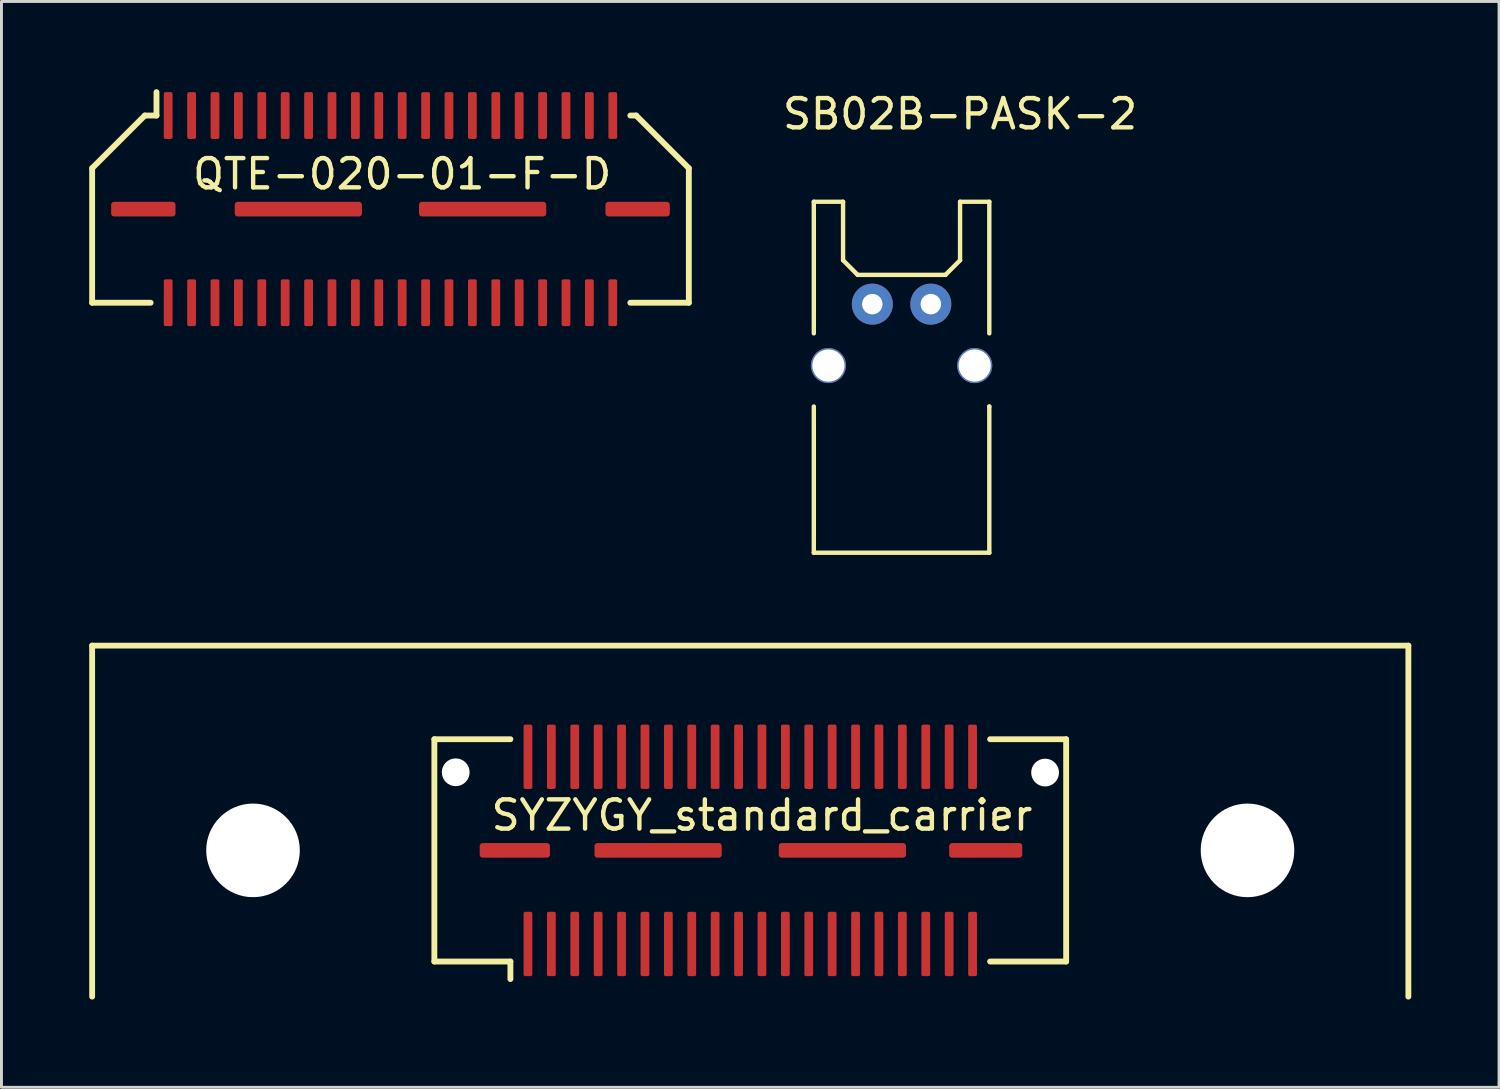
<source format=kicad_pcb>
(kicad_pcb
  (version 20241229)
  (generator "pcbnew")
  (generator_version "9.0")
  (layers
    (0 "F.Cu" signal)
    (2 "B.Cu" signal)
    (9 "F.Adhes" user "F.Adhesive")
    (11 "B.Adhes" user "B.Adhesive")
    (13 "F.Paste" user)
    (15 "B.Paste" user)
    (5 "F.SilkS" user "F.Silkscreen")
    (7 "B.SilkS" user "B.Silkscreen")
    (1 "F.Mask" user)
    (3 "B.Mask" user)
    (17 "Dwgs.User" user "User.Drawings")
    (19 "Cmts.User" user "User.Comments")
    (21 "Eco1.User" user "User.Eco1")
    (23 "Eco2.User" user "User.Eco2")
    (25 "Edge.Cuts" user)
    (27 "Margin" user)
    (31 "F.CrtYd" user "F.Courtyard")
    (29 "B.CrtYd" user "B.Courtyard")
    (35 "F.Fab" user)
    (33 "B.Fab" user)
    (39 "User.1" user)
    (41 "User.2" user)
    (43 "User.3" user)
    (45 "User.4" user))
  (footprint "SB02B-PASK-2"
    (layer "F.Cu")
    (at 27.773 7.348)
    (property "Reference" "SB02B-PASK-2" (at 2 -6.5 0) (layer "F.SilkS") (effects (font (size 1 1) (thickness 0.15))))
    (attr through_hole)
    (fp_line (start -3 -3.5) (end -2 -3.5) (stroke (width 0.15) (type solid)) (layer "F.SilkS"))
    (fp_line (start -3 1) (end -3 -3.5) (stroke (width 0.15) (type solid)) (layer "F.SilkS"))
    (fp_line (start -3 3.5) (end -3 8.5) (stroke (width 0.15) (type solid)) (layer "F.SilkS"))
    (fp_line (start -3 8.5) (end 3 8.5) (stroke (width 0.15) (type solid)) (layer "F.SilkS"))
    (fp_line (start -2 -3.5) (end -2 -1.5) (stroke (width 0.15) (type solid)) (layer "F.SilkS"))
    (fp_line (start -2 -1.5) (end -1.5 -1) (stroke (width 0.15) (type solid)) (layer "F.SilkS"))
    (fp_line (start -1.5 -1) (end 1.5 -1) (stroke (width 0.15) (type solid)) (layer "F.SilkS"))
    (fp_line (start 1.5 -1) (end 2 -1.5) (stroke (width 0.15) (type solid)) (layer "F.SilkS"))
    (fp_line (start 2 -3.5) (end 3 -3.5) (stroke (width 0.15) (type solid)) (layer "F.SilkS"))
    (fp_line (start 2 -1.5) (end 2 -3.5) (stroke (width 0.15) (type solid)) (layer "F.SilkS"))
    (fp_line (start 3 -3.5) (end 3 1) (stroke (width 0.15) (type solid)) (layer "F.SilkS"))
    (fp_line (start 3 3.5) (end 3 3.5) (stroke (width 0.15) (type solid)) (layer "F.SilkS"))
    (fp_line (start 3 8.5) (end 3 3.5) (stroke (width 0.15) (type solid)) (layer "F.SilkS"))
    (pad "" np_thru_hole circle (at -2.5 2.1) (size 1.2 1.2) (drill 1.1) (layers "*.Cu" "*.Mask"))
    (pad "" np_thru_hole circle (at 2.5 2.1) (size 1.2 1.2) (drill 1.1) (layers "*.Cu" "*.Mask"))
    (pad "1" thru_hole circle (at -1 0) (size 1.4 1.4) (drill 0.7) (layers "*.Cu" "*.Mask"))
    (pad "2" thru_hole circle (at 1 0) (size 1.4 1.4) (drill 0.7) (layers "*.Cu" "*.Mask")))
  (footprint "QTE-020-01-F-D"
    (layer "F.Cu")
    (at 10.3 4.1)
    (property "Reference" "QTE-020-01-F-D" (at 0.4 -1.2 0) (layer "F.SilkS") (effects (font (size 1 1) (thickness 0.15))))
    (attr through_hole)
    (fp_line (start -10.2 -1.4) (end -10.2 3.2) (stroke (width 0.2) (type solid)) (layer "F.SilkS"))
    (fp_line (start -10.2 3.2) (end -8.2 3.2) (stroke (width 0.2) (type solid)) (layer "F.SilkS"))
    (fp_line (start -8.4 -3.2) (end -10.2 -1.4) (stroke (width 0.2) (type solid)) (layer "F.SilkS"))
    (fp_line (start -8 -3.2) (end -8.4 -3.2) (stroke (width 0.2) (type solid)) (layer "F.SilkS"))
    (fp_line (start -8 -3.2) (end -8 -4) (stroke (width 0.2) (type solid)) (layer "F.SilkS"))
    (fp_line (start 8.2 3.2) (end 10.2 3.2) (stroke (width 0.2) (type solid)) (layer "F.SilkS"))
    (fp_line (start 8.4 -3.2) (end 8.2 -3.2) (stroke (width 0.2) (type solid)) (layer "F.SilkS"))
    (fp_line (start 10.2 -1.4) (end 8.4 -3.2) (stroke (width 0.2) (type solid)) (layer "F.SilkS"))
    (fp_line (start 10.2 3.2) (end 10.2 -1.4) (stroke (width 0.2) (type solid)) (layer "F.SilkS"))
    (pad "1" smd roundrect (at -8.45 0 270) (size 0.5 2.2) (layers "F.Cu" "F.Mask" "F.Paste") (roundrect_rratio 0.2))
    (pad "1" smd roundrect (at -7.6 -3.2) (size 0.3 1.6) (layers "F.Cu" "F.Mask" "F.Paste") (roundrect_rratio 0.2))
    (pad "1" smd roundrect (at -3.15 0 270) (size 0.5 4.35) (layers "F.Cu" "F.Mask" "F.Paste") (roundrect_rratio 0.2))
    (pad "1" smd roundrect (at 3.15 0 270) (size 0.5 4.35) (layers "F.Cu" "F.Mask" "F.Paste") (roundrect_rratio 0.2))
    (pad "1" smd roundrect (at 8.45 0 270) (size 0.5 2.2) (layers "F.Cu" "F.Mask" "F.Paste") (roundrect_rratio 0.2))
    (pad "2" smd roundrect (at -7.6 3.2) (size 0.3 1.6) (layers "F.Cu" "F.Mask" "F.Paste") (roundrect_rratio 0.2))
    (pad "3" smd roundrect (at -6.8 -3.2) (size 0.3 1.6) (layers "F.Cu" "F.Mask" "F.Paste") (roundrect_rratio 0.2))
    (pad "4" smd roundrect (at -6.8 3.2) (size 0.3 1.6) (layers "F.Cu" "F.Mask" "F.Paste") (roundrect_rratio 0.2))
    (pad "5" smd roundrect (at -6 -3.2) (size 0.3 1.6) (layers "F.Cu" "F.Mask" "F.Paste") (roundrect_rratio 0.2))
    (pad "6" smd roundrect (at -6 3.2) (size 0.3 1.6) (layers "F.Cu" "F.Mask" "F.Paste") (roundrect_rratio 0.2))
    (pad "7" smd roundrect (at -5.2 -3.2) (size 0.3 1.6) (layers "F.Cu" "F.Mask" "F.Paste") (roundrect_rratio 0.2))
    (pad "8" smd roundrect (at -5.2 3.2) (size 0.3 1.6) (layers "F.Cu" "F.Mask" "F.Paste") (roundrect_rratio 0.2))
    (pad "9" smd roundrect (at -4.4 -3.2) (size 0.3 1.6) (layers "F.Cu" "F.Mask" "F.Paste") (roundrect_rratio 0.2))
    (pad "10" smd roundrect (at -4.4 3.2) (size 0.3 1.6) (layers "F.Cu" "F.Mask" "F.Paste") (roundrect_rratio 0.2))
    (pad "11" smd roundrect (at -3.6 -3.2) (size 0.3 1.6) (layers "F.Cu" "F.Mask" "F.Paste") (roundrect_rratio 0.2))
    (pad "12" smd roundrect (at -3.6 3.2) (size 0.3 1.6) (layers "F.Cu" "F.Mask" "F.Paste") (roundrect_rratio 0.2))
    (pad "13" smd roundrect (at -2.8 -3.2) (size 0.3 1.6) (layers "F.Cu" "F.Mask" "F.Paste") (roundrect_rratio 0.2))
    (pad "14" smd roundrect (at -2.8 3.2) (size 0.3 1.6) (layers "F.Cu" "F.Mask" "F.Paste") (roundrect_rratio 0.2))
    (pad "15" smd roundrect (at -2 -3.2) (size 0.3 1.6) (layers "F.Cu" "F.Mask" "F.Paste") (roundrect_rratio 0.2))
    (pad "16" smd roundrect (at -2 3.2) (size 0.3 1.6) (layers "F.Cu" "F.Mask" "F.Paste") (roundrect_rratio 0.2))
    (pad "17" smd roundrect (at -1.2 -3.2) (size 0.3 1.6) (layers "F.Cu" "F.Mask" "F.Paste") (roundrect_rratio 0.2))
    (pad "18" smd roundrect (at -1.2 3.2) (size 0.3 1.6) (layers "F.Cu" "F.Mask" "F.Paste") (roundrect_rratio 0.2))
    (pad "19" smd roundrect (at -0.4 -3.2) (size 0.3 1.6) (layers "F.Cu" "F.Mask" "F.Paste") (roundrect_rratio 0.2))
    (pad "20" smd roundrect (at -0.4 3.2) (size 0.3 1.6) (layers "F.Cu" "F.Mask" "F.Paste") (roundrect_rratio 0.2))
    (pad "21" smd roundrect (at 0.4 -3.2) (size 0.3 1.6) (layers "F.Cu" "F.Mask" "F.Paste") (roundrect_rratio 0.2))
    (pad "22" smd roundrect (at 0.4 3.2) (size 0.3 1.6) (layers "F.Cu" "F.Mask" "F.Paste") (roundrect_rratio 0.2))
    (pad "23" smd roundrect (at 1.2 -3.2) (size 0.3 1.6) (layers "F.Cu" "F.Mask" "F.Paste") (roundrect_rratio 0.2))
    (pad "24" smd roundrect (at 1.2 3.2) (size 0.3 1.6) (layers "F.Cu" "F.Mask" "F.Paste") (roundrect_rratio 0.2))
    (pad "25" smd roundrect (at 2 -3.2) (size 0.3 1.6) (layers "F.Cu" "F.Mask" "F.Paste") (roundrect_rratio 0.2))
    (pad "26" smd roundrect (at 2 3.2) (size 0.3 1.6) (layers "F.Cu" "F.Mask" "F.Paste") (roundrect_rratio 0.2))
    (pad "27" smd roundrect (at 2.8 -3.2) (size 0.3 1.6) (layers "F.Cu" "F.Mask" "F.Paste") (roundrect_rratio 0.2))
    (pad "28" smd roundrect (at 2.8 3.2) (size 0.3 1.6) (layers "F.Cu" "F.Mask" "F.Paste") (roundrect_rratio 0.2))
    (pad "29" smd roundrect (at 3.6 -3.2) (size 0.3 1.6) (layers "F.Cu" "F.Mask" "F.Paste") (roundrect_rratio 0.2))
    (pad "30" smd roundrect (at 3.6 3.2) (size 0.3 1.6) (layers "F.Cu" "F.Mask" "F.Paste") (roundrect_rratio 0.2))
    (pad "31" smd roundrect (at 4.4 -3.2) (size 0.3 1.6) (layers "F.Cu" "F.Mask" "F.Paste") (roundrect_rratio 0.2))
    (pad "32" smd roundrect (at 4.4 3.2) (size 0.3 1.6) (layers "F.Cu" "F.Mask" "F.Paste") (roundrect_rratio 0.2))
    (pad "33" smd roundrect (at 5.2 -3.2) (size 0.3 1.6) (layers "F.Cu" "F.Mask" "F.Paste") (roundrect_rratio 0.2))
    (pad "34" smd roundrect (at 5.2 3.2) (size 0.3 1.6) (layers "F.Cu" "F.Mask" "F.Paste") (roundrect_rratio 0.2))
    (pad "35" smd roundrect (at 6 -3.2) (size 0.3 1.6) (layers "F.Cu" "F.Mask" "F.Paste") (roundrect_rratio 0.2))
    (pad "36" smd roundrect (at 6 3.2) (size 0.3 1.6) (layers "F.Cu" "F.Mask" "F.Paste") (roundrect_rratio 0.2))
    (pad "37" smd roundrect (at 6.8 -3.2) (size 0.3 1.6) (layers "F.Cu" "F.Mask" "F.Paste") (roundrect_rratio 0.2))
    (pad "38" smd roundrect (at 6.8 3.2) (size 0.3 1.6) (layers "F.Cu" "F.Mask" "F.Paste") (roundrect_rratio 0.2))
    (pad "39" smd roundrect (at 7.6 -3.2) (size 0.3 1.6) (layers "F.Cu" "F.Mask" "F.Paste") (roundrect_rratio 0.2))
    (pad "40" smd roundrect (at 7.6 3.2) (size 0.3 1.6) (layers "F.Cu" "F.Mask" "F.Paste") (roundrect_rratio 0.2)))
  (footprint "SYZYGY_standard_carrier"
    (layer "F.Cu")
    (at 22.6 26.023)
    (property "Reference" "SYZYGY_standard_carrier" (at 0.4 -1.2 0) (layer "F.SilkS") (effects (font (size 1 1) (thickness 0.15))))
    (attr through_hole)
    (fp_line (start -22.5 -7) (end 22.5 -7) (stroke (width 0.2) (type solid)) (layer "F.SilkS"))
    (fp_line (start -22.5 5) (end -22.5 -7) (stroke (width 0.2) (type solid)) (layer "F.SilkS"))
    (fp_line (start -10.8 -3.8) (end -10.8 3.8) (stroke (width 0.2) (type solid)) (layer "F.SilkS"))
    (fp_line (start -10.8 3.8) (end -8.2 3.8) (stroke (width 0.2) (type solid)) (layer "F.SilkS"))
    (fp_line (start -8.2 -3.8) (end -10.8 -3.8) (stroke (width 0.2) (type solid)) (layer "F.SilkS"))
    (fp_line (start -8.2 4.4) (end -8.2 3.8) (stroke (width 0.2) (type solid)) (layer "F.SilkS"))
    (fp_line (start 8.2 3.8) (end 10.8 3.8) (stroke (width 0.2) (type solid)) (layer "F.SilkS"))
    (fp_line (start 10.8 -3.8) (end 8.2 -3.8) (stroke (width 0.2) (type solid)) (layer "F.SilkS"))
    (fp_line (start 10.8 3.8) (end 10.8 -3.8) (stroke (width 0.2) (type solid)) (layer "F.SilkS"))
    (fp_line (start 22.5 -7) (end 22.5 5) (stroke (width 0.2) (type solid)) (layer "F.SilkS"))
    (pad "" np_thru_hole circle (at -17 0) (size 3.2 3.2) (drill 3.2) (layers "*.Cu" "*.Mask"))
    (pad "" np_thru_hole circle (at -10.07 -2.67) (size 0.95 0.95) (drill 0.95) (layers "*.Cu" "*.Mask"))
    (pad "" np_thru_hole circle (at 10.08 -2.66) (size 0.95 0.95) (drill 0.95) (layers "*.Cu" "*.Mask"))
    (pad "" np_thru_hole circle (at 17 0) (size 3.2 3.2) (drill 3.2) (layers "*.Cu" "*.Mask"))
    (pad "1" smd roundrect (at -8.05 0 270) (size 0.5 2.4) (layers "F.Cu" "F.Mask" "F.Paste") (roundrect_rratio 0.2))
    (pad "1" smd roundrect (at -7.6 3.2) (size 0.3 2.2) (layers "F.Cu" "F.Mask" "F.Paste") (roundrect_rratio 0.2))
    (pad "1" smd roundrect (at -3.15 0 270) (size 0.5 4.35) (layers "F.Cu" "F.Mask" "F.Paste") (roundrect_rratio 0.2))
    (pad "1" smd roundrect (at 3.15 0 270) (size 0.5 4.35) (layers "F.Cu" "F.Mask" "F.Paste") (roundrect_rratio 0.2))
    (pad "1" smd roundrect (at 8.05 0 270) (size 0.5 2.5) (layers "F.Cu" "F.Mask" "F.Paste") (roundrect_rratio 0.2))
    (pad "2" smd roundrect (at -7.6 -3.2) (size 0.3 2.2) (layers "F.Cu" "F.Mask" "F.Paste") (roundrect_rratio 0.2))
    (pad "3" smd roundrect (at -6.8 3.2) (size 0.3 2.2) (layers "F.Cu" "F.Mask" "F.Paste") (roundrect_rratio 0.2))
    (pad "4" smd roundrect (at -6.8 -3.2) (size 0.3 2.2) (layers "F.Cu" "F.Mask" "F.Paste") (roundrect_rratio 0.2))
    (pad "5" smd roundrect (at -6 3.2) (size 0.3 2.2) (layers "F.Cu" "F.Mask" "F.Paste") (roundrect_rratio 0.2))
    (pad "6" smd roundrect (at -6 -3.2) (size 0.3 2.2) (layers "F.Cu" "F.Mask" "F.Paste") (roundrect_rratio 0.2))
    (pad "7" smd roundrect (at -5.2 3.2) (size 0.3 2.2) (layers "F.Cu" "F.Mask" "F.Paste") (roundrect_rratio 0.2))
    (pad "8" smd roundrect (at -5.2 -3.2) (size 0.3 2.2) (layers "F.Cu" "F.Mask" "F.Paste") (roundrect_rratio 0.2))
    (pad "9" smd roundrect (at -4.4 3.2) (size 0.3 2.2) (layers "F.Cu" "F.Mask" "F.Paste") (roundrect_rratio 0.2))
    (pad "10" smd roundrect (at -4.4 -3.2) (size 0.3 2.2) (layers "F.Cu" "F.Mask" "F.Paste") (roundrect_rratio 0.2))
    (pad "11" smd roundrect (at -3.6 3.2) (size 0.3 2.2) (layers "F.Cu" "F.Mask" "F.Paste") (roundrect_rratio 0.2))
    (pad "12" smd roundrect (at -3.6 -3.2) (size 0.3 2.2) (layers "F.Cu" "F.Mask" "F.Paste") (roundrect_rratio 0.2))
    (pad "13" smd roundrect (at -2.8 3.2) (size 0.3 2.2) (layers "F.Cu" "F.Mask" "F.Paste") (roundrect_rratio 0.2))
    (pad "14" smd roundrect (at -2.8 -3.2) (size 0.3 2.2) (layers "F.Cu" "F.Mask" "F.Paste") (roundrect_rratio 0.2))
    (pad "15" smd roundrect (at -2 3.2) (size 0.3 2.2) (layers "F.Cu" "F.Mask" "F.Paste") (roundrect_rratio 0.2))
    (pad "16" smd roundrect (at -2 -3.2) (size 0.3 2.2) (layers "F.Cu" "F.Mask" "F.Paste") (roundrect_rratio 0.2))
    (pad "17" smd roundrect (at -1.2 3.2) (size 0.3 2.2) (layers "F.Cu" "F.Mask" "F.Paste") (roundrect_rratio 0.2))
    (pad "18" smd roundrect (at -1.2 -3.2) (size 0.3 2.2) (layers "F.Cu" "F.Mask" "F.Paste") (roundrect_rratio 0.2))
    (pad "19" smd roundrect (at -0.4 3.2) (size 0.3 2.2) (layers "F.Cu" "F.Mask" "F.Paste") (roundrect_rratio 0.2))
    (pad "20" smd roundrect (at -0.4 -3.2) (size 0.3 2.2) (layers "F.Cu" "F.Mask" "F.Paste") (roundrect_rratio 0.2))
    (pad "21" smd roundrect (at 0.4 3.2) (size 0.3 2.2) (layers "F.Cu" "F.Mask" "F.Paste") (roundrect_rratio 0.2))
    (pad "22" smd roundrect (at 0.4 -3.2) (size 0.3 2.2) (layers "F.Cu" "F.Mask" "F.Paste") (roundrect_rratio 0.2))
    (pad "23" smd roundrect (at 1.2 3.2) (size 0.3 2.2) (layers "F.Cu" "F.Mask" "F.Paste") (roundrect_rratio 0.2))
    (pad "24" smd roundrect (at 1.2 -3.2) (size 0.3 2.2) (layers "F.Cu" "F.Mask" "F.Paste") (roundrect_rratio 0.2))
    (pad "25" smd roundrect (at 2 3.2) (size 0.3 2.2) (layers "F.Cu" "F.Mask" "F.Paste") (roundrect_rratio 0.2))
    (pad "26" smd roundrect (at 2 -3.2) (size 0.3 2.2) (layers "F.Cu" "F.Mask" "F.Paste") (roundrect_rratio 0.2))
    (pad "27" smd roundrect (at 2.8 3.2) (size 0.3 2.2) (layers "F.Cu" "F.Mask" "F.Paste") (roundrect_rratio 0.2))
    (pad "28" smd roundrect (at 2.8 -3.2) (size 0.3 2.2) (layers "F.Cu" "F.Mask" "F.Paste") (roundrect_rratio 0.2))
    (pad "29" smd roundrect (at 3.6 3.2) (size 0.3 2.2) (layers "F.Cu" "F.Mask" "F.Paste") (roundrect_rratio 0.2))
    (pad "30" smd roundrect (at 3.6 -3.2) (size 0.3 2.2) (layers "F.Cu" "F.Mask" "F.Paste") (roundrect_rratio 0.2))
    (pad "31" smd roundrect (at 4.4 3.2) (size 0.3 2.2) (layers "F.Cu" "F.Mask" "F.Paste") (roundrect_rratio 0.2))
    (pad "32" smd roundrect (at 4.4 -3.2) (size 0.3 2.2) (layers "F.Cu" "F.Mask" "F.Paste") (roundrect_rratio 0.2))
    (pad "33" smd roundrect (at 5.2 3.2) (size 0.3 2.2) (layers "F.Cu" "F.Mask" "F.Paste") (roundrect_rratio 0.2))
    (pad "34" smd roundrect (at 5.2 -3.2) (size 0.3 2.2) (layers "F.Cu" "F.Mask" "F.Paste") (roundrect_rratio 0.2))
    (pad "35" smd roundrect (at 6 3.2) (size 0.3 2.2) (layers "F.Cu" "F.Mask" "F.Paste") (roundrect_rratio 0.2))
    (pad "36" smd roundrect (at 6 -3.2) (size 0.3 2.2) (layers "F.Cu" "F.Mask" "F.Paste") (roundrect_rratio 0.2))
    (pad "37" smd roundrect (at 6.8 3.2) (size 0.3 2.2) (layers "F.Cu" "F.Mask" "F.Paste") (roundrect_rratio 0.2))
    (pad "38" smd roundrect (at 6.8 -3.2) (size 0.3 2.2) (layers "F.Cu" "F.Mask" "F.Paste") (roundrect_rratio 0.2))
    (pad "39" smd roundrect (at 7.6 3.2) (size 0.3 2.2) (layers "F.Cu" "F.Mask" "F.Paste") (roundrect_rratio 0.2))
    (pad "40" smd roundrect (at 7.6 -3.2) (size 0.3 2.2) (layers "F.Cu" "F.Mask" "F.Paste") (roundrect_rratio 0.2)))
  (gr_rect
    (start -3 -3)
    (end 48.2 34.123)
    (stroke (width 0.1) (type default))
    (fill no)
    (layer "Edge.Cuts")))
</source>
